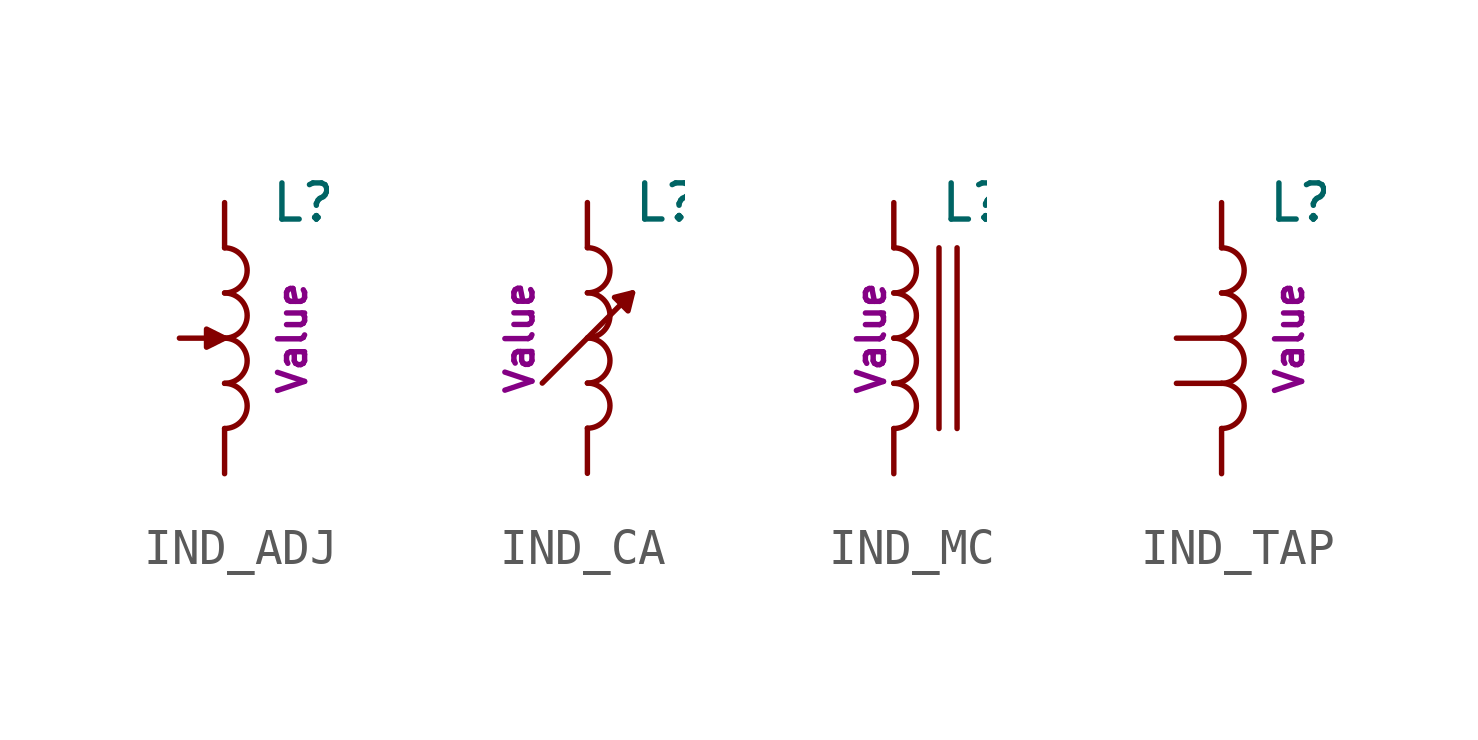
<source format=kicad_sym>
(kicad_symbol_lib
  (version 20211014)
  (generator kicad_symbol_editor)
  (symbol "IND_ADJ"
    (pin_numbers hide)
    (pin_names
      (offset 1.016) hide)
    (property "Reference" "L"
      (at 1.27 3.81 0)
      (effects (font (size 1.016 1.016)) (justify left)))
    (property "Footprint" ""
      (at 0 0.635 0)
      (effects (font (size 1.524 1.524))))
    (property "Datasheet" ""
      (at 0 0.635 0)
      (effects (font (size 1.524 1.524))))
    (property "Unit" "Value"
      (at 1.905 0 90)
      (effects (font (size 0.762 0.762))))
    (symbol "IND_ADJ_0_1"
      (arc (start 0 -2.54) (mid 0.635 -1.905) (end 0 -1.27) (stroke (width 0) (type default) (color 0 0 0 0)) (fill (type none)))
      (arc (start 0 -1.27) (mid 0.635 -0.635) (end 0 0) (stroke (width 0) (type default) (color 0 0 0 0)) (fill (type none)))
      (polyline (pts (xy 0 0) (xy -0.508 0.254) (xy -0.508 -0.254) (xy 0 0)) (stroke (width 0) (type default) (color 0 0 0 0)) (fill (type outline)))
      (arc (start 0 0) (mid 0.635 0.635) (end 0 1.27) (stroke (width 0) (type default) (color 0 0 0 0)) (fill (type none)))
      (arc (start 0 1.27) (mid 0.635 1.905) (end 0 2.54) (stroke (width 0) (type default) (color 0 0 0 0)) (fill (type none))))
    (symbol "IND_ADJ_1_1"
      (pin passive line (at 0 3.81 270) (length 1.27) (name "VI" (effects (font (size 0.635 0.635)))) (number "1" (effects (font (size 0.635 0.635)))))
      (pin passive line (at 0 -3.81 90) (length 1.27) (name "VO" (effects (font (size 0.635 0.635)))) (number "2" (effects (font (size 0.635 0.635)))))
      (pin passive line (at -1.27 0 0) (length 1.27) (name "~" (effects (font (size 0.635 0.635)))) (number "3" (effects (font (size 0.635 0.635)))))))
  (symbol "IND_CA"
    (pin_numbers hide)
    (pin_names
      (offset 1.016) hide)
    (property "Reference" "L"
      (at 1.27 3.81 0)
      (effects (font (size 1.016 1.016)) (justify left)))
    (property "Footprint" ""
      (at 0 0.635 0)
      (effects (font (size 1.524 1.524))))
    (property "Datasheet" ""
      (at 0 0.635 0)
      (effects (font (size 1.524 1.524))))
    (property "Unit" "Value"
      (at -1.905 0 90)
      (effects (font (size 0.762 0.762))))
    (symbol "IND_CA_0_1"
      (arc (start 0 -2.54) (mid 0.635 -1.905) (end 0 -1.27) (stroke (width 0) (type default) (color 0 0 0 0)) (fill (type none)))
      (arc (start 0 -1.27) (mid 0.635 -0.635) (end 0 0) (stroke (width 0) (type default) (color 0 0 0 0)) (fill (type none)))
      (polyline (pts (xy 1.27 1.27) (xy -1.27 -1.27)) (stroke (width 0) (type default) (color 0 0 0 0)) (fill (type none)))
      (polyline (pts (xy 1.27 1.27) (xy 0.762 1.143) (xy 1.143 0.762) (xy 1.27 1.27)) (stroke (width 0) (type default) (color 0 0 0 0)) (fill (type outline)))
      (arc (start 0 0) (mid 0.635 0.635) (end 0 1.27) (stroke (width 0) (type default) (color 0 0 0 0)) (fill (type none)))
      (arc (start 0 1.27) (mid 0.635 1.905) (end 0 2.54) (stroke (width 0) (type default) (color 0 0 0 0)) (fill (type none))))
    (symbol "IND_CA_1_1"
      (pin passive line (at 0 3.81 270) (length 1.27) (name "VI" (effects (font (size 0.635 0.635)))) (number "1" (effects (font (size 0.635 0.635)))))
      (pin passive line (at 0 -3.81 90) (length 1.27) (name "VO" (effects (font (size 0.635 0.635)))) (number "2" (effects (font (size 0.635 0.635)))))))
  (symbol "IND_MC"
    (pin_numbers hide)
    (pin_names
      (offset 1.016) hide)
    (property "Reference" "L"
      (at 1.27 3.81 0)
      (effects (font (size 1.016 1.016)) (justify left)))
    (property "Footprint" ""
      (at 0 0.635 0)
      (effects (font (size 1.524 1.524))))
    (property "Datasheet" ""
      (at 0 0.635 0)
      (effects (font (size 1.524 1.524))))
    (property "Unit" "Value"
      (at -0.635 0 90)
      (effects (font (size 0.762 0.762))))
    (symbol "IND_MC_0_1"
      (arc (start 0 -2.54) (mid 0.635 -1.905) (end 0 -1.27) (stroke (width 0) (type default) (color 0 0 0 0)) (fill (type none)))
      (arc (start 0 -1.27) (mid 0.635 -0.635) (end 0 0) (stroke (width 0) (type default) (color 0 0 0 0)) (fill (type none)))
      (polyline (pts (xy 1.27 2.54) (xy 1.27 -2.54)) (stroke (width 0) (type default) (color 0 0 0 0)) (fill (type none)))
      (polyline (pts (xy 1.778 2.54) (xy 1.778 -2.54)) (stroke (width 0) (type default) (color 0 0 0 0)) (fill (type none)))
      (arc (start 0 0) (mid 0.635 0.635) (end 0 1.27) (stroke (width 0) (type default) (color 0 0 0 0)) (fill (type none)))
      (arc (start 0 1.27) (mid 0.635 1.905) (end 0 2.54) (stroke (width 0) (type default) (color 0 0 0 0)) (fill (type none))))
    (symbol "IND_MC_1_1"
      (pin passive line (at 0 3.81 270) (length 1.27) (name "VI" (effects (font (size 0.635 0.635)))) (number "1" (effects (font (size 0.635 0.635)))))
      (pin passive line (at 0 -3.81 90) (length 1.27) (name "VO" (effects (font (size 0.635 0.635)))) (number "2" (effects (font (size 0.635 0.635)))))))
  (symbol "IND_TAP"
    (pin_numbers hide)
    (pin_names
      (offset 1.016) hide)
    (property "Reference" "L"
      (at 1.27 3.81 0)
      (effects (font (size 1.016 1.016)) (justify left)))
    (property "Footprint" ""
      (at 0 0.635 0)
      (effects (font (size 1.524 1.524))))
    (property "Datasheet" ""
      (at 0 0.635 0)
      (effects (font (size 1.524 1.524))))
    (property "Unit" "Value"
      (at 1.905 0 90)
      (effects (font (size 0.762 0.762))))
    (symbol "IND_TAP_0_1"
      (arc (start 0 -2.54) (mid 0.635 -1.905) (end 0 -1.27) (stroke (width 0) (type default) (color 0 0 0 0)) (fill (type none)))
      (arc (start 0 -1.27) (mid 0.635 -0.635) (end 0 0) (stroke (width 0) (type default) (color 0 0 0 0)) (fill (type none)))
      (arc (start 0 0) (mid 0.635 0.635) (end 0 1.27) (stroke (width 0) (type default) (color 0 0 0 0)) (fill (type none)))
      (arc (start 0 1.27) (mid 0.635 1.905) (end 0 2.54) (stroke (width 0) (type default) (color 0 0 0 0)) (fill (type none))))
    (symbol "IND_TAP_1_1"
      (pin passive line (at 0 3.81 270) (length 1.27) (name "VI" (effects (font (size 0.635 0.635)))) (number "1" (effects (font (size 0.635 0.635)))))
      (pin passive line (at 0 -3.81 90) (length 1.27) (name "VO" (effects (font (size 0.635 0.635)))) (number "2" (effects (font (size 0.635 0.635)))))
      (pin passive line (at -1.27 0 0) (length 1.27) (name "~" (effects (font (size 0.635 0.635)))) (number "3" (effects (font (size 0.635 0.635)))))
      (pin passive line (at -1.27 -1.27 0) (length 1.27) (name "~" (effects (font (size 0.635 0.635)))) (number "4" (effects (font (size 0.635 0.635))))))))
</source>
